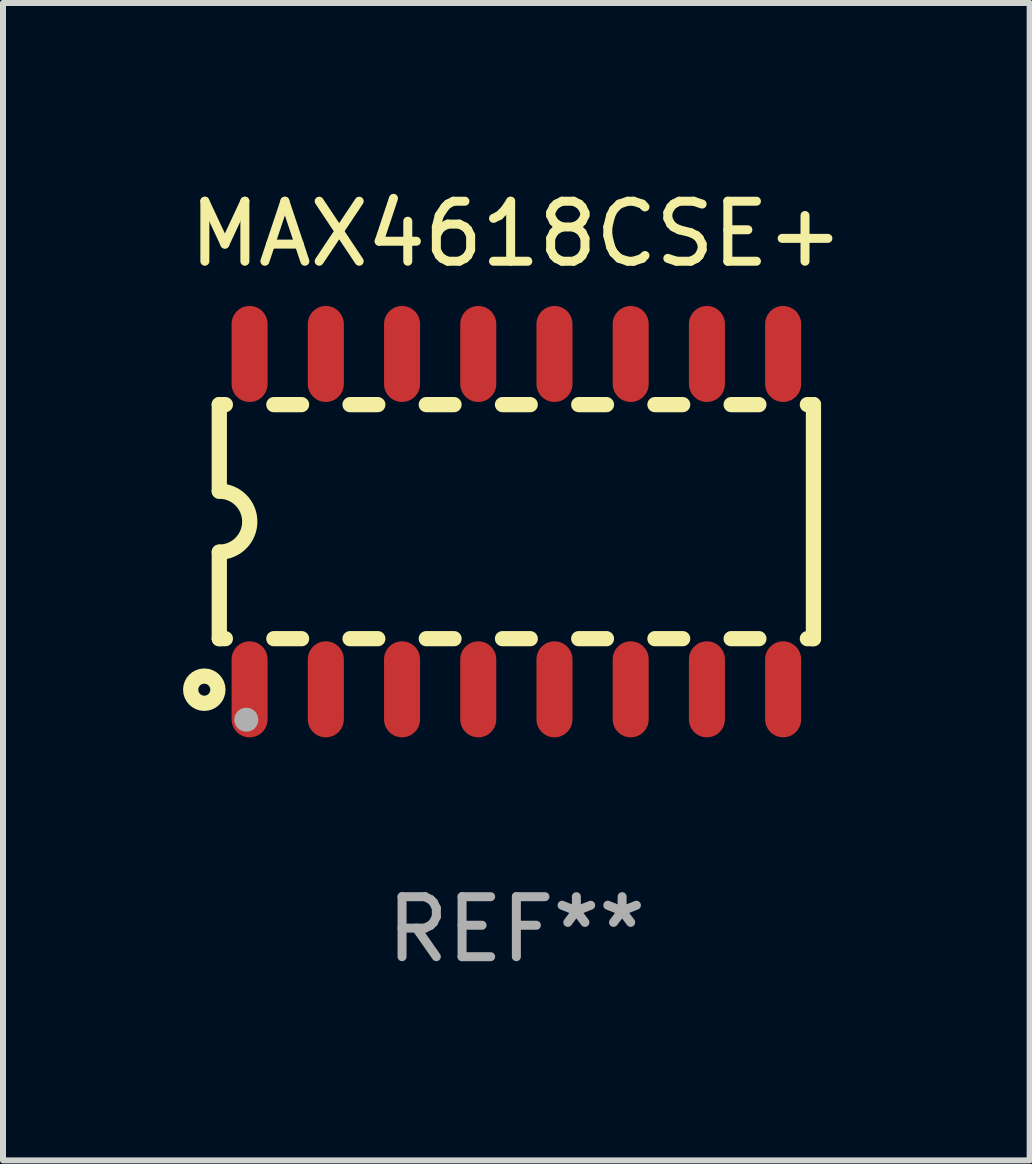
<source format=kicad_pcb>
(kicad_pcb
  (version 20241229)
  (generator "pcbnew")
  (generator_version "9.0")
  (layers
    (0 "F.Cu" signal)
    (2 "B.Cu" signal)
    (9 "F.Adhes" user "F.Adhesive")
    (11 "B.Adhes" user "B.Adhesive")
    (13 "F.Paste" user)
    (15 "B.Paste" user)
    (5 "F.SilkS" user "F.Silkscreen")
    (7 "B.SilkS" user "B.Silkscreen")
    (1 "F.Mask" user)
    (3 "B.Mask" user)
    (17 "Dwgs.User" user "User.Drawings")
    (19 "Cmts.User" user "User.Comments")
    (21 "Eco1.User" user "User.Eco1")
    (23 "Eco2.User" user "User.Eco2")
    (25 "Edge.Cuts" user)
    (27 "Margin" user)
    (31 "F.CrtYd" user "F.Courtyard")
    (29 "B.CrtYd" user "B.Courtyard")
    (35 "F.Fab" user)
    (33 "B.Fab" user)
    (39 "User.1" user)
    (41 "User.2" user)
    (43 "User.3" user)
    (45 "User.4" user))
  (footprint "MAX4618CSE+"
    (layer "F.Cu")
    (at 5.554 5.642)
    (property "Reference" "MAX4618CSE+" (at 0 -4.794 0) (layer "F.SilkS") (effects (font (size 1 1) (thickness 0.15))))
    (attr through_hole)
    (fp_line (start -4.95 -1.95) (end -4.95 -0.508) (stroke (width 0.254) (type solid)) (layer "F.SilkS"))
    (fp_line (start -4.95 -1.95) (end -4.849 -1.95) (stroke (width 0.254) (type solid)) (layer "F.SilkS"))
    (fp_line (start -4.95 1.95) (end -4.95 0.508) (stroke (width 0.254) (type solid)) (layer "F.SilkS"))
    (fp_line (start -4.95 1.95) (end -4.849 1.95) (stroke (width 0.254) (type solid)) (layer "F.SilkS"))
    (fp_line (start -4.041 -1.95) (end -3.579 -1.95) (stroke (width 0.254) (type solid)) (layer "F.SilkS"))
    (fp_line (start -4.041 1.95) (end -3.579 1.95) (stroke (width 0.254) (type solid)) (layer "F.SilkS"))
    (fp_line (start -2.771 -1.95) (end -2.309 -1.95) (stroke (width 0.254) (type solid)) (layer "F.SilkS"))
    (fp_line (start -2.771 1.95) (end -2.309 1.95) (stroke (width 0.254) (type solid)) (layer "F.SilkS"))
    (fp_line (start -1.501 -1.95) (end -1.039 -1.95) (stroke (width 0.254) (type solid)) (layer "F.SilkS"))
    (fp_line (start -1.501 1.95) (end -1.039 1.95) (stroke (width 0.254) (type solid)) (layer "F.SilkS"))
    (fp_line (start -0.231 -1.95) (end 0.231 -1.95) (stroke (width 0.254) (type solid)) (layer "F.SilkS"))
    (fp_line (start -0.231 1.95) (end 0.231 1.95) (stroke (width 0.254) (type solid)) (layer "F.SilkS"))
    (fp_line (start 1.039 -1.95) (end 1.501 -1.95) (stroke (width 0.254) (type solid)) (layer "F.SilkS"))
    (fp_line (start 1.039 1.95) (end 1.501 1.95) (stroke (width 0.254) (type solid)) (layer "F.SilkS"))
    (fp_line (start 2.309 -1.95) (end 2.771 -1.95) (stroke (width 0.254) (type solid)) (layer "F.SilkS"))
    (fp_line (start 2.309 1.95) (end 2.771 1.95) (stroke (width 0.254) (type solid)) (layer "F.SilkS"))
    (fp_line (start 3.579 -1.95) (end 4.041 -1.95) (stroke (width 0.254) (type solid)) (layer "F.SilkS"))
    (fp_line (start 3.579 1.95) (end 4.041 1.95) (stroke (width 0.254) (type solid)) (layer "F.SilkS"))
    (fp_line (start 4.849 -1.95) (end 4.95 -1.95) (stroke (width 0.254) (type solid)) (layer "F.SilkS"))
    (fp_line (start 4.849 1.95) (end 4.95 1.95) (stroke (width 0.254) (type solid)) (layer "F.SilkS"))
    (fp_line (start 4.95 -1.95) (end 4.95 1.95) (stroke (width 0.254) (type solid)) (layer "F.SilkS"))
    (fp_arc (start -4.95047 -0.508001) (mid -4.442469 -0.000228) (end -4.950013 0.508001) (stroke (width 0.254001) (type solid)) (layer "F.SilkS"))
    (fp_circle (center -5.2 2.8) (end -5.1 2.8) (stroke (width 0.254) (type solid)) (fill no) (layer "F.SilkS"))
    (fp_circle (center -4.95 2.947) (end -4.92 2.947) (stroke (width 0.06) (type solid)) (fill no) (layer "F.SilkS"))
    (fp_circle (center -4.5 3.3) (end -4.4 3.3) (stroke (width 0.2) (type solid)) (fill no) (layer "F.Fab"))
    (fp_text user "REF**" (at 0 6.794 0) (layer "F.Fab") (effects (font (size 1 1) (thickness 0.15))))
    (pad "1" smd oval (at -4.445 2.794) (size 0.6 1.6) (layers "F.Cu" "F.Mask" "F.Paste"))
    (pad "2" smd oval (at -3.175 2.794) (size 0.6 1.6) (layers "F.Cu" "F.Mask" "F.Paste"))
    (pad "3" smd oval (at -1.905 2.794) (size 0.6 1.6) (layers "F.Cu" "F.Mask" "F.Paste"))
    (pad "4" smd oval (at -0.635 2.794) (size 0.6 1.6) (layers "F.Cu" "F.Mask" "F.Paste"))
    (pad "5" smd oval (at 0.635 2.794) (size 0.6 1.6) (layers "F.Cu" "F.Mask" "F.Paste"))
    (pad "6" smd oval (at 1.905 2.794) (size 0.6 1.6) (layers "F.Cu" "F.Mask" "F.Paste"))
    (pad "7" smd oval (at 3.175 2.794) (size 0.6 1.6) (layers "F.Cu" "F.Mask" "F.Paste"))
    (pad "8" smd oval (at 4.445 2.794) (size 0.6 1.6) (layers "F.Cu" "F.Mask" "F.Paste"))
    (pad "9" smd oval (at 4.445 -2.794) (size 0.6 1.6) (layers "F.Cu" "F.Mask" "F.Paste"))
    (pad "10" smd oval (at 3.175 -2.794) (size 0.6 1.6) (layers "F.Cu" "F.Mask" "F.Paste"))
    (pad "11" smd oval (at 1.905 -2.794) (size 0.6 1.6) (layers "F.Cu" "F.Mask" "F.Paste"))
    (pad "12" smd oval (at 0.635 -2.794) (size 0.6 1.6) (layers "F.Cu" "F.Mask" "F.Paste"))
    (pad "13" smd oval (at -0.635 -2.794) (size 0.6 1.6) (layers "F.Cu" "F.Mask" "F.Paste"))
    (pad "14" smd oval (at -1.905 -2.794) (size 0.6 1.6) (layers "F.Cu" "F.Mask" "F.Paste"))
    (pad "15" smd oval (at -3.175 -2.794) (size 0.6 1.6) (layers "F.Cu" "F.Mask" "F.Paste"))
    (pad "16" smd oval (at -4.445 -2.794) (size 0.6 1.6) (layers "F.Cu" "F.Mask" "F.Paste")))
  (gr_rect
    (start -3 -3)
    (end 14.107 16.285)
    (stroke (width 0.1) (type default))
    (fill no)
    (layer "Edge.Cuts")))
</source>
